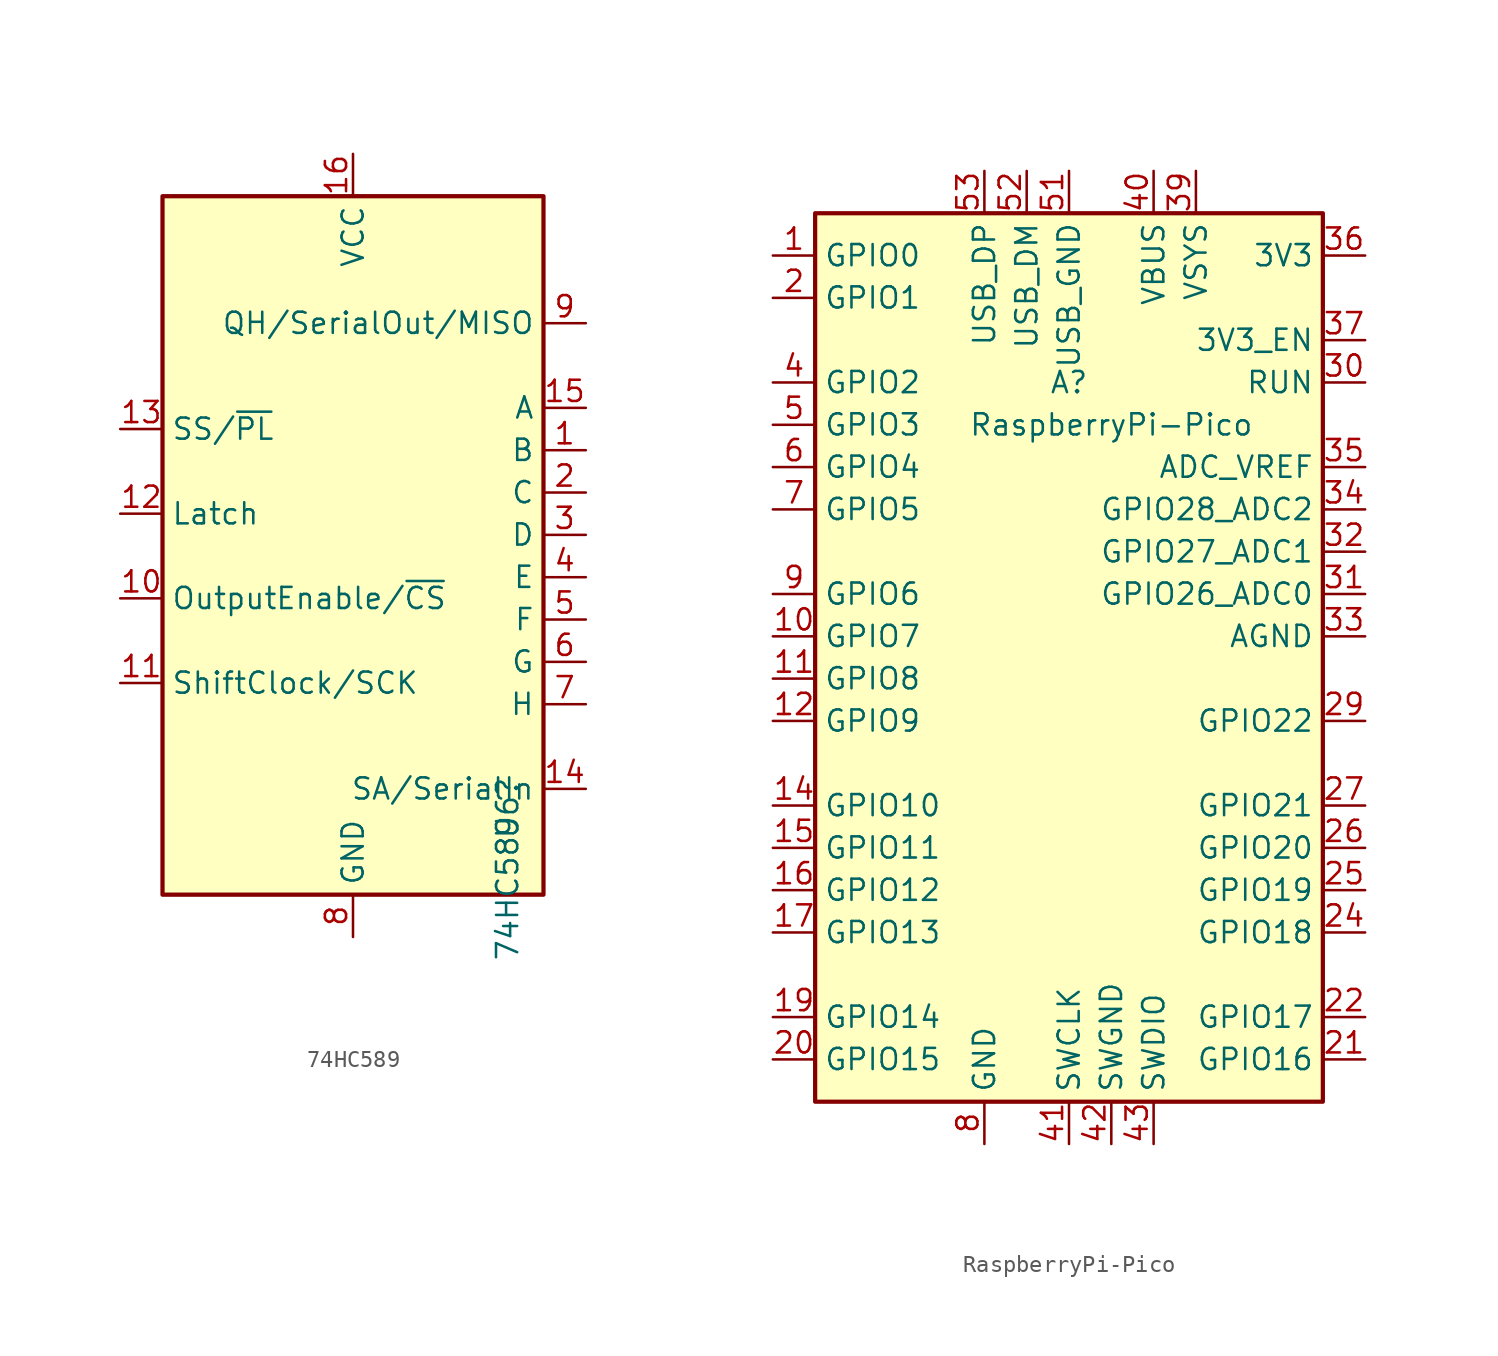
<source format=kicad_sym>
(kicad_symbol_lib
  (version 20220914)
  (generator kicad_symbol_editor)
  (symbol "74HC589"
    (property "Reference" "U6"
      (at 9.271 -13.209 90)
      (effects (font (size 1.27 1.27)) (justify right)))
    (property "Value" "74HC589"
      (at 9.271 -15.508 90)
      (effects (font (size 1.27 1.27)) (justify right)))
    (symbol "74HC589_1_1"
      (rectangle (start -11.43 21.59) (end 11.43 -20.32) (stroke (width 0.254) (type default)) (fill (type background)))
      (pin input line (at 13.97 6.35 180) (length 2.54) (name "B" (effects (font (size 1.27 1.27)))) (number "1" (effects (font (size 1.27 1.27)))))
      (pin input line (at -13.97 -2.54 0) (length 2.54) (name "OutputEnable/~{CS}" (effects (font (size 1.27 1.27)))) (number "10" (effects (font (size 1.27 1.27)))))
      (pin input line (at -13.97 -7.62 0) (length 2.54) (name "ShiftClock/SCK" (effects (font (size 1.27 1.27)))) (number "11" (effects (font (size 1.27 1.27)))))
      (pin input line (at -13.97 2.54 0) (length 2.54) (name "Latch" (effects (font (size 1.27 1.27)))) (number "12" (effects (font (size 1.27 1.27)))))
      (pin input line (at -13.97 7.62 0) (length 2.54) (name "SS/~{PL}" (effects (font (size 1.27 1.27)))) (number "13" (effects (font (size 1.27 1.27)))))
      (pin input line (at 13.97 -13.97 180) (length 2.54) (name "SA/SerialIn" (effects (font (size 1.27 1.27)))) (number "14" (effects (font (size 1.27 1.27)))))
      (pin input line (at 13.97 8.89 180) (length 2.54) (name "A" (effects (font (size 1.27 1.27)))) (number "15" (effects (font (size 1.27 1.27)))))
      (pin power_in line (at 0 24.13 270) (length 2.54) (name "VCC" (effects (font (size 1.27 1.27)))) (number "16" (effects (font (size 1.27 1.27)))))
      (pin input line (at 13.97 3.81 180) (length 2.54) (name "C" (effects (font (size 1.27 1.27)))) (number "2" (effects (font (size 1.27 1.27)))))
      (pin input line (at 13.97 1.27 180) (length 2.54) (name "D" (effects (font (size 1.27 1.27)))) (number "3" (effects (font (size 1.27 1.27)))))
      (pin input line (at 13.97 -1.27 180) (length 2.54) (name "E" (effects (font (size 1.27 1.27)))) (number "4" (effects (font (size 1.27 1.27)))))
      (pin input line (at 13.97 -3.81 180) (length 2.54) (name "F" (effects (font (size 1.27 1.27)))) (number "5" (effects (font (size 1.27 1.27)))))
      (pin input line (at 13.97 -6.35 180) (length 2.54) (name "G" (effects (font (size 1.27 1.27)))) (number "6" (effects (font (size 1.27 1.27)))))
      (pin input line (at 13.97 -8.89 180) (length 2.54) (name "H" (effects (font (size 1.27 1.27)))) (number "7" (effects (font (size 1.27 1.27)))))
      (pin power_in line (at 0 -22.86 90) (length 2.54) (name "GND" (effects (font (size 1.27 1.27)))) (number "8" (effects (font (size 1.27 1.27)))))
      (pin output line (at 13.97 13.97 180) (length 2.54) (name "QH/SerialOut/MISO" (effects (font (size 1.27 1.27)))) (number "9" (effects (font (size 1.27 1.27)))))))
  (symbol "RaspberryPi-Pico"
    (property "Reference" "A"
      (at 0 17.78 0)
      (effects (font (size 1.27 1.27))))
    (property "Value" "RaspberryPi-Pico"
      (at 2.54 15.24 0)
      (effects (font (size 1.27 1.27))))
    (symbol "RaspberryPi-Pico_1_1"
      (rectangle (start -15.24 27.94) (end 15.24 -25.4) (stroke (width 0.254) (type default)) (fill (type background)))
      (pin bidirectional line (at -17.78 25.4 0) (length 2.54) (name "GPIO0" (effects (font (size 1.27 1.27)))) (number "1" (effects (font (size 1.27 1.27)))) (alternate "I2C0_SDA" bidirectional line) (alternate "PWM0_A" output line) (alternate "SPI0_RX" input line) (alternate "UART0_TX" output line) (alternate "USB_OVCUR_DET" input line))
      (pin bidirectional line (at -17.78 2.54 0) (length 2.54) (name "GPIO7" (effects (font (size 1.27 1.27)))) (number "10" (effects (font (size 1.27 1.27)))) (alternate "I2C1_SCL" bidirectional line) (alternate "PWM3_B" bidirectional line) (alternate "SPI0_TX" output line) (alternate "USB_VBUS_DET" input line) (alternate "~{UART1_RTS}" output line))
      (pin bidirectional line (at -17.78 0 0) (length 2.54) (name "GPIO8" (effects (font (size 1.27 1.27)))) (number "11" (effects (font (size 1.27 1.27)))) (alternate "I2C0_SDA" bidirectional line) (alternate "PWM4_A" output line) (alternate "SPI1_RX" input line) (alternate "UART1_TX" output line) (alternate "USB_VBUS_EN" output line))
      (pin bidirectional line (at -17.78 -2.54 0) (length 2.54) (name "GPIO9" (effects (font (size 1.27 1.27)))) (number "12" (effects (font (size 1.27 1.27)))) (alternate "I2C0_SCL" bidirectional line) (alternate "PWM4_B" bidirectional line) (alternate "UART1_RX" input line) (alternate "USB_OVCUR_DET" input line) (alternate "~{SPI1_CS}" output line))
      (pin passive line (at -5.08 -27.94 90) (length 2.54) hide (name "GND" (effects (font (size 1.27 1.27)))) (number "13" (effects (font (size 1.27 1.27)))))
      (pin bidirectional line (at -17.78 -7.62 0) (length 2.54) (name "GPIO10" (effects (font (size 1.27 1.27)))) (number "14" (effects (font (size 1.27 1.27)))) (alternate "I2C1_SDA" bidirectional line) (alternate "PWM5_A" output line) (alternate "SPI1_SCK" bidirectional line) (alternate "USB_VBUS_DET" input line) (alternate "~{UART1_CTS}" input line))
      (pin bidirectional line (at -17.78 -10.16 0) (length 2.54) (name "GPIO11" (effects (font (size 1.27 1.27)))) (number "15" (effects (font (size 1.27 1.27)))) (alternate "I2C1_SCL" bidirectional line) (alternate "PWM5_B" bidirectional line) (alternate "SPI1_TX" output line) (alternate "USB_VBUS_EN" output line) (alternate "~{UART1_RTS}" output line))
      (pin bidirectional line (at -17.78 -12.7 0) (length 2.54) (name "GPIO12" (effects (font (size 1.27 1.27)))) (number "16" (effects (font (size 1.27 1.27)))) (alternate "I2C0_SDA" bidirectional line) (alternate "PWM6_A" output line) (alternate "SPI1_RX" input line) (alternate "UART0_TX" output line) (alternate "USB_OVCUR_DET" input line))
      (pin bidirectional line (at -17.78 -15.24 0) (length 2.54) (name "GPIO13" (effects (font (size 1.27 1.27)))) (number "17" (effects (font (size 1.27 1.27)))) (alternate "I2C0_SCL" bidirectional line) (alternate "PWM6_B" bidirectional line) (alternate "UART0_RX" input line) (alternate "USB_VBUS_DET" input line) (alternate "~{SPI1_CS}" output line))
      (pin passive line (at -5.08 -27.94 90) (length 2.54) hide (name "GND" (effects (font (size 1.27 1.27)))) (number "18" (effects (font (size 1.27 1.27)))))
      (pin bidirectional line (at -17.78 -20.32 0) (length 2.54) (name "GPIO14" (effects (font (size 1.27 1.27)))) (number "19" (effects (font (size 1.27 1.27)))) (alternate "I2C1_SDA" bidirectional line) (alternate "PWM7_A" output line) (alternate "SPI1_SCK" bidirectional line) (alternate "USB_VBUS_EN" output line) (alternate "~{UART0_CTS}" input line))
      (pin bidirectional line (at -17.78 22.86 0) (length 2.54) (name "GPIO1" (effects (font (size 1.27 1.27)))) (number "2" (effects (font (size 1.27 1.27)))) (alternate "I2C0_SCL" bidirectional line) (alternate "PWM0_B" bidirectional line) (alternate "UART0_RX" input line) (alternate "USB_VBUS_DET" input line) (alternate "~{SPI0_CS}" output line))
      (pin bidirectional line (at -17.78 -22.86 0) (length 2.54) (name "GPIO15" (effects (font (size 1.27 1.27)))) (number "20" (effects (font (size 1.27 1.27)))) (alternate "I2C1_SCL" bidirectional line) (alternate "PWM7_B" bidirectional line) (alternate "SPI1_TX" output line) (alternate "USB_OVCUR_DET" input line) (alternate "~{UART0_RTS}" output line))
      (pin bidirectional line (at 17.78 -22.86 180) (length 2.54) (name "GPIO16" (effects (font (size 1.27 1.27)))) (number "21" (effects (font (size 1.27 1.27)))) (alternate "I2C0_SDA" bidirectional line) (alternate "PWM0_A" output line) (alternate "SPI0_RX" input line) (alternate "UART0_TX" output line) (alternate "USB_VBUS_DET" input line))
      (pin bidirectional line (at 17.78 -20.32 180) (length 2.54) (name "GPIO17" (effects (font (size 1.27 1.27)))) (number "22" (effects (font (size 1.27 1.27)))) (alternate "I2C0_SCL" bidirectional line) (alternate "PWM0_B" bidirectional line) (alternate "UART0_RX" input line) (alternate "USB_VBUS_EN" output line) (alternate "~{SPI0_CS}" output line))
      (pin passive line (at -5.08 -27.94 90) (length 2.54) hide (name "GND" (effects (font (size 1.27 1.27)))) (number "23" (effects (font (size 1.27 1.27)))))
      (pin bidirectional line (at 17.78 -15.24 180) (length 2.54) (name "GPIO18" (effects (font (size 1.27 1.27)))) (number "24" (effects (font (size 1.27 1.27)))) (alternate "I2C1_SDA" bidirectional line) (alternate "PWM1_A" output line) (alternate "SPI0_SCK" bidirectional line) (alternate "USB_OVCUR_DET" input line) (alternate "~{UART0_CTS}" input line))
      (pin bidirectional line (at 17.78 -12.7 180) (length 2.54) (name "GPIO19" (effects (font (size 1.27 1.27)))) (number "25" (effects (font (size 1.27 1.27)))) (alternate "I2C1_SCL" bidirectional line) (alternate "PWM1_B" bidirectional line) (alternate "SPI0_TX" output line) (alternate "USB_VBUS_DET" input line) (alternate "~{UART0_RTS}" output line))
      (pin bidirectional line (at 17.78 -10.16 180) (length 2.54) (name "GPIO20" (effects (font (size 1.27 1.27)))) (number "26" (effects (font (size 1.27 1.27)))) (alternate "CLOCK_GPIN0" input line) (alternate "I2C0_SDA" bidirectional line) (alternate "PWM2_A" output line) (alternate "SPI0_RX" input line) (alternate "UART1_TX" output line) (alternate "USB_VBUS_EN" output line))
      (pin bidirectional line (at 17.78 -7.62 180) (length 2.54) (name "GPIO21" (effects (font (size 1.27 1.27)))) (number "27" (effects (font (size 1.27 1.27)))) (alternate "CLOCK_GPOUT0" output line) (alternate "I2C0_SCL" bidirectional line) (alternate "PWM2_B" bidirectional line) (alternate "UART1_RX" input line) (alternate "USB_OVCUR_DET" input line) (alternate "~{SPI0_CS}" output line))
      (pin passive line (at -5.08 -27.94 90) (length 2.54) hide (name "GND" (effects (font (size 1.27 1.27)))) (number "28" (effects (font (size 1.27 1.27)))))
      (pin bidirectional line (at 17.78 -2.54 180) (length 2.54) (name "GPIO22" (effects (font (size 1.27 1.27)))) (number "29" (effects (font (size 1.27 1.27)))) (alternate "CLOCK_GPIN1" input line) (alternate "I2C1_SDA" bidirectional line) (alternate "PWM3_A" output line) (alternate "SPI0_SCK" bidirectional line) (alternate "USB_VBUS_DET" input line) (alternate "~{UART1_CTS}" input line))
      (pin passive line (at -5.08 -27.94 90) (length 2.54) hide (name "GND" (effects (font (size 1.27 1.27)))) (number "3" (effects (font (size 1.27 1.27)))))
      (pin input line (at 17.78 17.78 180) (length 2.54) (name "RUN" (effects (font (size 1.27 1.27)))) (number "30" (effects (font (size 1.27 1.27)))) (alternate "~{RESET}" input line))
      (pin bidirectional line (at 17.78 5.08 180) (length 2.54) (name "GPIO26_ADC0" (effects (font (size 1.27 1.27)))) (number "31" (effects (font (size 1.27 1.27)))) (alternate "ADC0" input line) (alternate "GPIO26" bidirectional line) (alternate "I2C1_SDA" bidirectional line) (alternate "PWM5_A" output line) (alternate "SPI1_SCK" bidirectional line) (alternate "USB_VBUS_EN" output line) (alternate "~{UART1_CTS}" input line))
      (pin bidirectional line (at 17.78 7.62 180) (length 2.54) (name "GPIO27_ADC1" (effects (font (size 1.27 1.27)))) (number "32" (effects (font (size 1.27 1.27)))) (alternate "ADC1" input line) (alternate "GPIO27" bidirectional line) (alternate "I2C1_SCL" bidirectional line) (alternate "PWM5_B" bidirectional line) (alternate "SPI1_TX" output line) (alternate "USB_OVCUR_DET" input line) (alternate "~{UART1_RTS}" output line))
      (pin power_in line (at 17.78 2.54 180) (length 2.54) (name "AGND" (effects (font (size 1.27 1.27)))) (number "33" (effects (font (size 1.27 1.27)))) (alternate "GND" power_in line))
      (pin bidirectional line (at 17.78 10.16 180) (length 2.54) (name "GPIO28_ADC2" (effects (font (size 1.27 1.27)))) (number "34" (effects (font (size 1.27 1.27)))) (alternate "ADC2" input line) (alternate "GPIO28" bidirectional line) (alternate "I2C0_SDA" bidirectional line) (alternate "PWM6_A" output line) (alternate "SPI1_RX" input line) (alternate "UART0_TX" output line) (alternate "USB_VBUS_DET" input line))
      (pin power_in line (at 17.78 12.7 180) (length 2.54) (name "ADC_VREF" (effects (font (size 1.27 1.27)))) (number "35" (effects (font (size 1.27 1.27)))))
      (pin power_out line (at 17.78 25.4 180) (length 2.54) (name "3V3" (effects (font (size 1.27 1.27)))) (number "36" (effects (font (size 1.27 1.27)))))
      (pin input line (at 17.78 20.32 180) (length 2.54) (name "3V3_EN" (effects (font (size 1.27 1.27)))) (number "37" (effects (font (size 1.27 1.27)))))
      (pin passive line (at -5.08 -27.94 90) (length 2.54) hide (name "GND" (effects (font (size 1.27 1.27)))) (number "38" (effects (font (size 1.27 1.27)))))
      (pin power_out line (at 7.62 30.48 270) (length 2.54) (name "VSYS" (effects (font (size 1.27 1.27)))) (number "39" (effects (font (size 1.27 1.27)))) (alternate "VSYS" power_in line))
      (pin bidirectional line (at -17.78 17.78 0) (length 2.54) (name "GPIO2" (effects (font (size 1.27 1.27)))) (number "4" (effects (font (size 1.27 1.27)))) (alternate "I2C1_SDA" bidirectional line) (alternate "PWM1_A" output line) (alternate "SPI0_SCK" bidirectional line) (alternate "USB_VBUS_EN" output line) (alternate "~{UART0_CTS}" input line))
      (pin power_out line (at 5.08 30.48 270) (length 2.54) (name "VBUS" (effects (font (size 1.27 1.27)))) (number "40" (effects (font (size 1.27 1.27)))) (alternate "VBUS" power_in line))
      (pin input line (at 0 -27.94 90) (length 2.54) (name "SWCLK" (effects (font (size 1.27 1.27)))) (number "41" (effects (font (size 1.27 1.27)))))
      (pin power_in line (at 2.54 -27.94 90) (length 2.54) (name "SWGND" (effects (font (size 1.27 1.27)))) (number "42" (effects (font (size 1.27 1.27)))) (alternate "GND" power_in line))
      (pin bidirectional line (at 5.08 -27.94 90) (length 2.54) (name "SWDIO" (effects (font (size 1.27 1.27)))) (number "43" (effects (font (size 1.27 1.27)))))
      (pin bidirectional line (at -17.78 15.24 0) (length 2.54) (name "GPIO3" (effects (font (size 1.27 1.27)))) (number "5" (effects (font (size 1.27 1.27)))) (alternate "I2C1_SCL" bidirectional line) (alternate "PWM1_B" bidirectional line) (alternate "SPI0_TX" output line) (alternate "USB_OVCUR_DET" input line) (alternate "~{UART0_RTS}" output line))
      (pin bidirectional line (at 0 30.48 270) (length 2.54) (name "USB_GND" (effects (font (size 1.27 1.27)))) (number "51" (effects (font (size 1.27 1.27)))) (alternate "VBUS" power_in line))
      (pin bidirectional line (at -2.54 30.48 270) (length 2.54) (name "USB_DM" (effects (font (size 1.27 1.27)))) (number "52" (effects (font (size 1.27 1.27)))) (alternate "VBUS" power_in line))
      (pin bidirectional line (at -5.08 30.48 270) (length 2.54) (name "USB_DP" (effects (font (size 1.27 1.27)))) (number "53" (effects (font (size 1.27 1.27)))) (alternate "VBUS" power_in line))
      (pin bidirectional line (at -17.78 12.7 0) (length 2.54) (name "GPIO4" (effects (font (size 1.27 1.27)))) (number "6" (effects (font (size 1.27 1.27)))) (alternate "I2C0_SDA" bidirectional line) (alternate "PWM2_A" output line) (alternate "SPI0_RX" input line) (alternate "UART1_TX" output line) (alternate "USB_VBUS_DET" input line))
      (pin bidirectional line (at -17.78 10.16 0) (length 2.54) (name "GPIO5" (effects (font (size 1.27 1.27)))) (number "7" (effects (font (size 1.27 1.27)))) (alternate "I2C0_SCL" bidirectional line) (alternate "PWM2_B" bidirectional line) (alternate "UART1_RX" input line) (alternate "USB_VBUS_EN" output line) (alternate "~{SPI0_CS}" output line))
      (pin power_in line (at -5.08 -27.94 90) (length 2.54) (name "GND" (effects (font (size 1.27 1.27)))) (number "8" (effects (font (size 1.27 1.27)))))
      (pin bidirectional line (at -17.78 5.08 0) (length 2.54) (name "GPIO6" (effects (font (size 1.27 1.27)))) (number "9" (effects (font (size 1.27 1.27)))) (alternate "I2C1_SDA" bidirectional line) (alternate "PWM3_A" output line) (alternate "SPI0_SCK" bidirectional line) (alternate "USB_OVCUR_DET" input line) (alternate "~{UART1_CTS}" input line)))))
</source>
